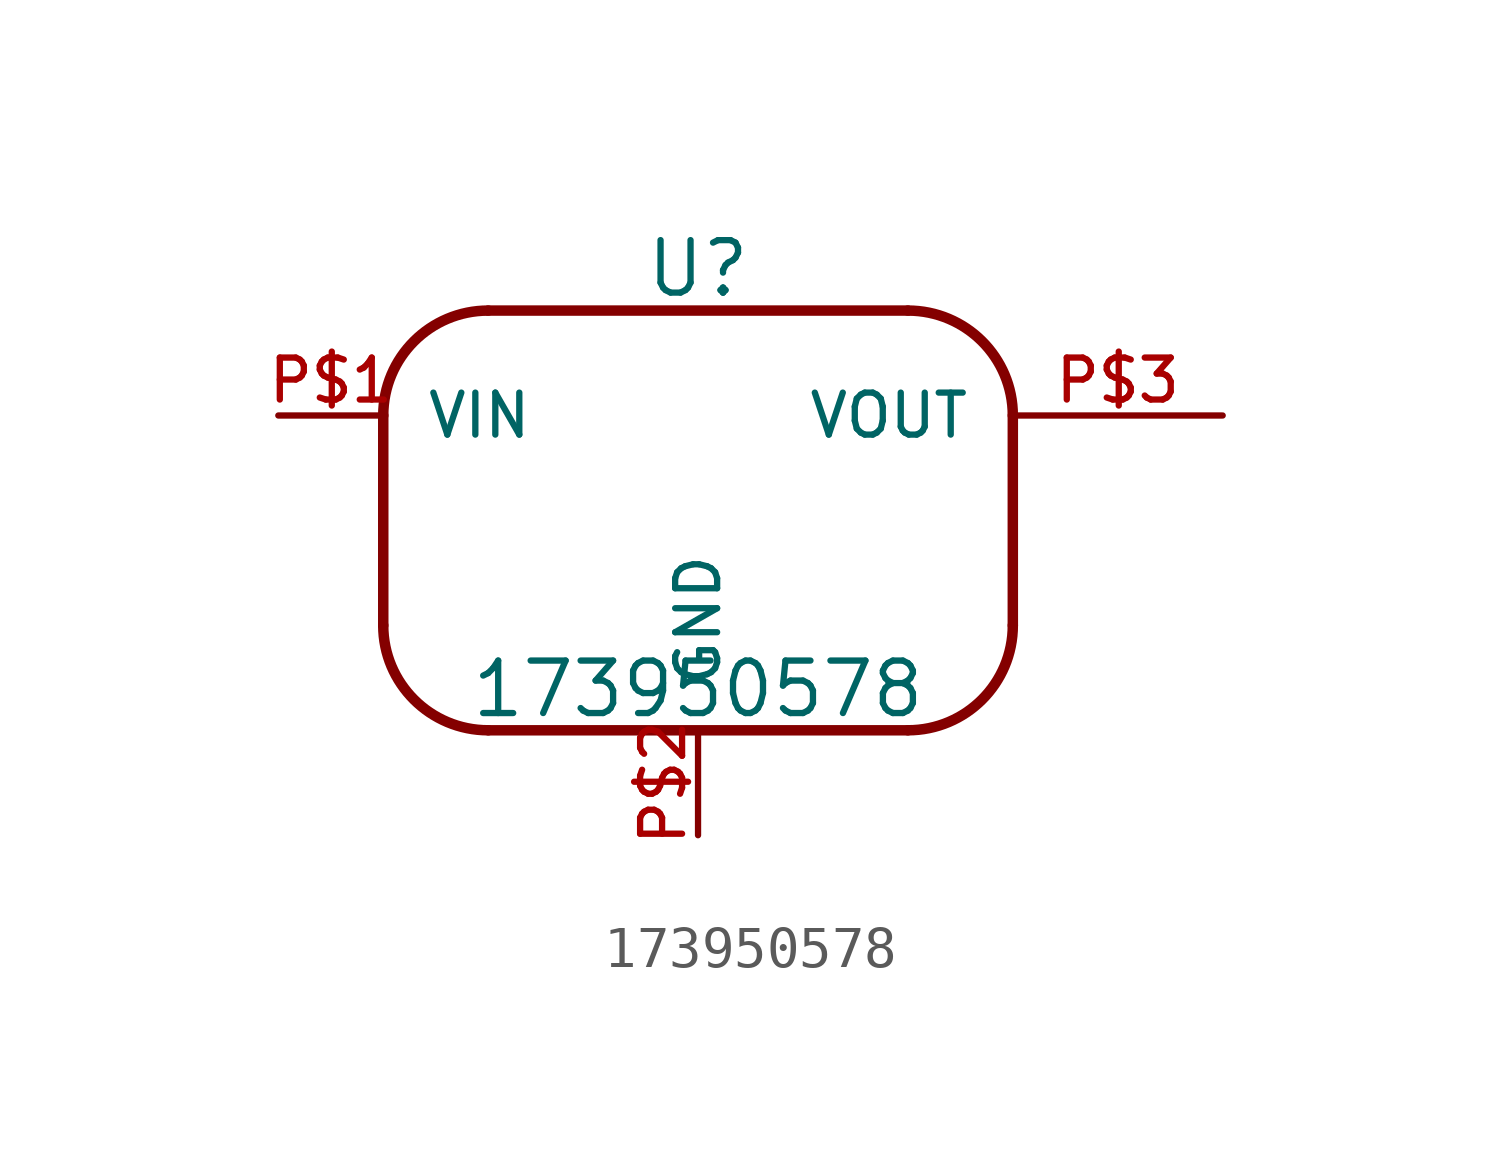
<source format=kicad_sym>
(kicad_symbol_lib
  (version 20211014)
  (generator kicad_symbol_editor)
  (symbol "173950578"
    (pin_names
      (offset 1.016))
    (property "Reference" "U"
      (at 0.0 10.432 0)
      (effects (font (size 1.27 1.27)) (justify bottom)))
    (property "Value" "173950578"
      (at 0.0 0.254 0)
      (effects (font (size 1.27 1.27)) (justify bottom)))
    (symbol "173950578_0_0"
      (polyline (pts (xy -7.62 2.54) (xy -7.62 7.62)) (stroke (width 0.254)))
      (polyline (pts (xy -5.08 10.16) (xy 5.08 10.16)) (stroke (width 0.254)))
      (polyline (pts (xy 7.62 7.62) (xy 7.62 2.54)) (stroke (width 0.254)))
      (polyline (pts (xy -5.08 0.0) (xy 5.08 0.0)) (stroke (width 0.254)))
      (arc (start -7.62 7.62) (mid -6.8761 9.4161) (end -5.08 10.16) (stroke (width 0.254) (type default) (color 0 0 0 0)) (fill (type none)))
      (arc (start 7.62 7.62) (mid 6.8761 9.4161) (end 5.08 10.16) (stroke (width 0.254) (type default) (color 0 0 0 0)) (fill (type none)))
      (arc (start 5.08 0.0) (mid 6.8761 0.7439) (end 7.62 2.54) (stroke (width 0.254) (type default) (color 0 0 0 0)) (fill (type none)))
      (arc (start -7.62 2.54) (mid -6.8761 0.7439) (end -5.08 0.0) (stroke (width 0.254) (type default) (color 0 0 0 0)) (fill (type none)))
      (pin bidirectional line (at -10.16 7.62 0) (length 2.54) (name "VIN" (effects (font (size 1.016 1.016)))) (number "P$1" (effects (font (size 1.016 1.016)))))
      (pin bidirectional line (at 0.0 -2.54 90.0) (length 2.54) (name "GND" (effects (font (size 1.016 1.016)))) (number "P$2" (effects (font (size 1.016 1.016)))))
      (pin bidirectional line (at 12.7 7.62 180.0) (length 5.08) (name "VOUT" (effects (font (size 1.016 1.016)))) (number "P$3" (effects (font (size 1.016 1.016))))))))
</source>
